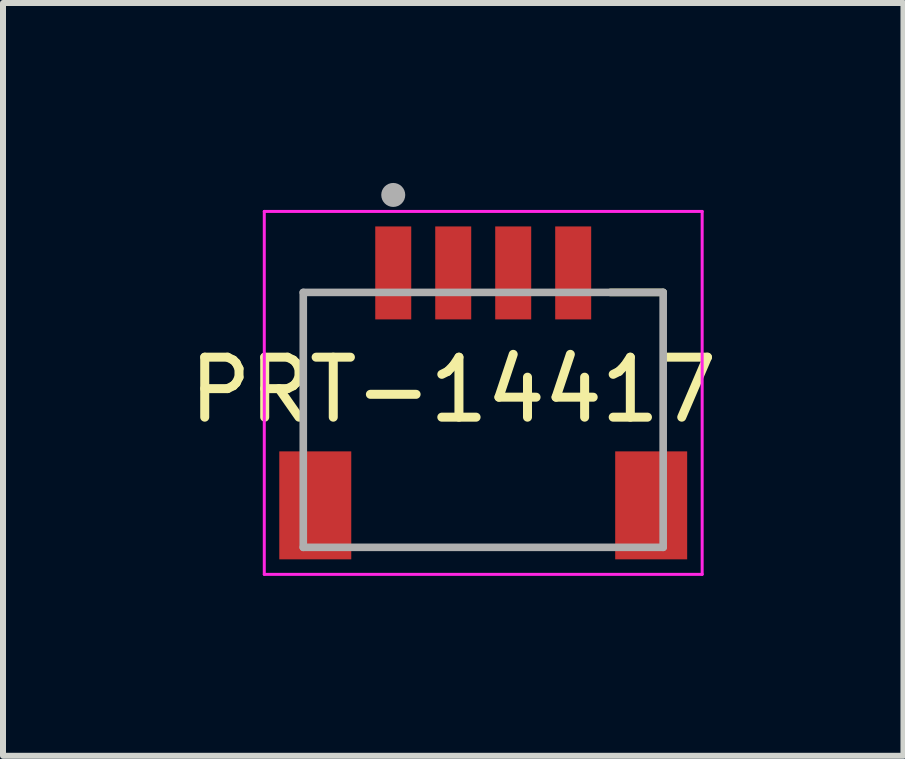
<source format=kicad_pcb>
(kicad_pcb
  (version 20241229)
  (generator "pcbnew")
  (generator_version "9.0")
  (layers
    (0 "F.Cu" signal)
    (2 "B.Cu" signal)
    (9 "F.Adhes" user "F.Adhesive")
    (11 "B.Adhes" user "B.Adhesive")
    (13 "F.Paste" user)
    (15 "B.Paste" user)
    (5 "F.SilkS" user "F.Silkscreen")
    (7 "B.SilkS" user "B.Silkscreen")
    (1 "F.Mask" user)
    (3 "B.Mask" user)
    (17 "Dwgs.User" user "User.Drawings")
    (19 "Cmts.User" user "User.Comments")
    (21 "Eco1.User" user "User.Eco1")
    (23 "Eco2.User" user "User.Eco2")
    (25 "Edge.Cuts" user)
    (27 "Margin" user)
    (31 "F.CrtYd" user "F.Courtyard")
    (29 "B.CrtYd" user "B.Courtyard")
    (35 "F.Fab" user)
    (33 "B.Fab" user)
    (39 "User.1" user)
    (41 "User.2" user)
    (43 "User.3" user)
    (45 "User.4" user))
  (footprint "PRT-14417"
    (layer "F.Cu")
    (at 5.006 3.95)
    (property "Reference" "PRT-14417" (at -0.5 -0.5 0) (layer "F.SilkS") (effects (font (size 1 1) (thickness 0.15))))
    (attr smd)
    (fp_line (start 2.12 -2.125) (end 3 -2.125) (stroke (width 0.127) (type solid)) (layer "F.SilkS"))
    (fp_line (start -3.65 -3.475) (end -3.65 2.575) (stroke (width 0.05) (type solid)) (layer "F.CrtYd"))
    (fp_line (start -3.65 2.575) (end 3.65 2.575) (stroke (width 0.05) (type solid)) (layer "F.CrtYd"))
    (fp_line (start 3.65 -3.475) (end -3.65 -3.475) (stroke (width 0.05) (type solid)) (layer "F.CrtYd"))
    (fp_line (start 3.65 2.575) (end 3.65 -3.475) (stroke (width 0.05) (type solid)) (layer "F.CrtYd"))
    (fp_line (start -3 -2.125) (end 3 -2.125) (stroke (width 0.127) (type solid)) (layer "F.Fab"))
    (fp_line (start -3 2.125) (end -3 -2.125) (stroke (width 0.127) (type solid)) (layer "F.Fab"))
    (fp_line (start 3 -2.125) (end 3 2.125) (stroke (width 0.127) (type solid)) (layer "F.Fab"))
    (fp_line (start 3 2.125) (end -3 2.125) (stroke (width 0.127) (type solid)) (layer "F.Fab"))
    (fp_circle (center -1.5 -3.75) (end -1.4 -3.75) (stroke (width 0.2) (type solid)) (fill no) (layer "F.Fab"))
    (pad "1" smd rect (at -1.5 -2.45) (size 0.6 1.55) (layers "F.Cu" "F.Mask" "F.Paste"))
    (pad "2" smd rect (at -0.5 -2.45) (size 0.6 1.55) (layers "F.Cu" "F.Mask" "F.Paste"))
    (pad "3" smd rect (at 0.5 -2.45) (size 0.6 1.55) (layers "F.Cu" "F.Mask" "F.Paste"))
    (pad "4" smd rect (at 1.5 -2.45) (size 0.6 1.55) (layers "F.Cu" "F.Mask" "F.Paste"))
    (pad "S1" smd rect (at -2.8 1.425) (size 1.2 1.8) (layers "F.Cu" "F.Mask" "F.Paste"))
    (pad "S2" smd rect (at 2.8 1.425) (size 1.2 1.8) (layers "F.Cu" "F.Mask" "F.Paste")))
  (gr_rect
    (start -3 -3)
    (end 12.012 9.55)
    (stroke (width 0.1) (type default))
    (fill no)
    (layer "Edge.Cuts")))
</source>
